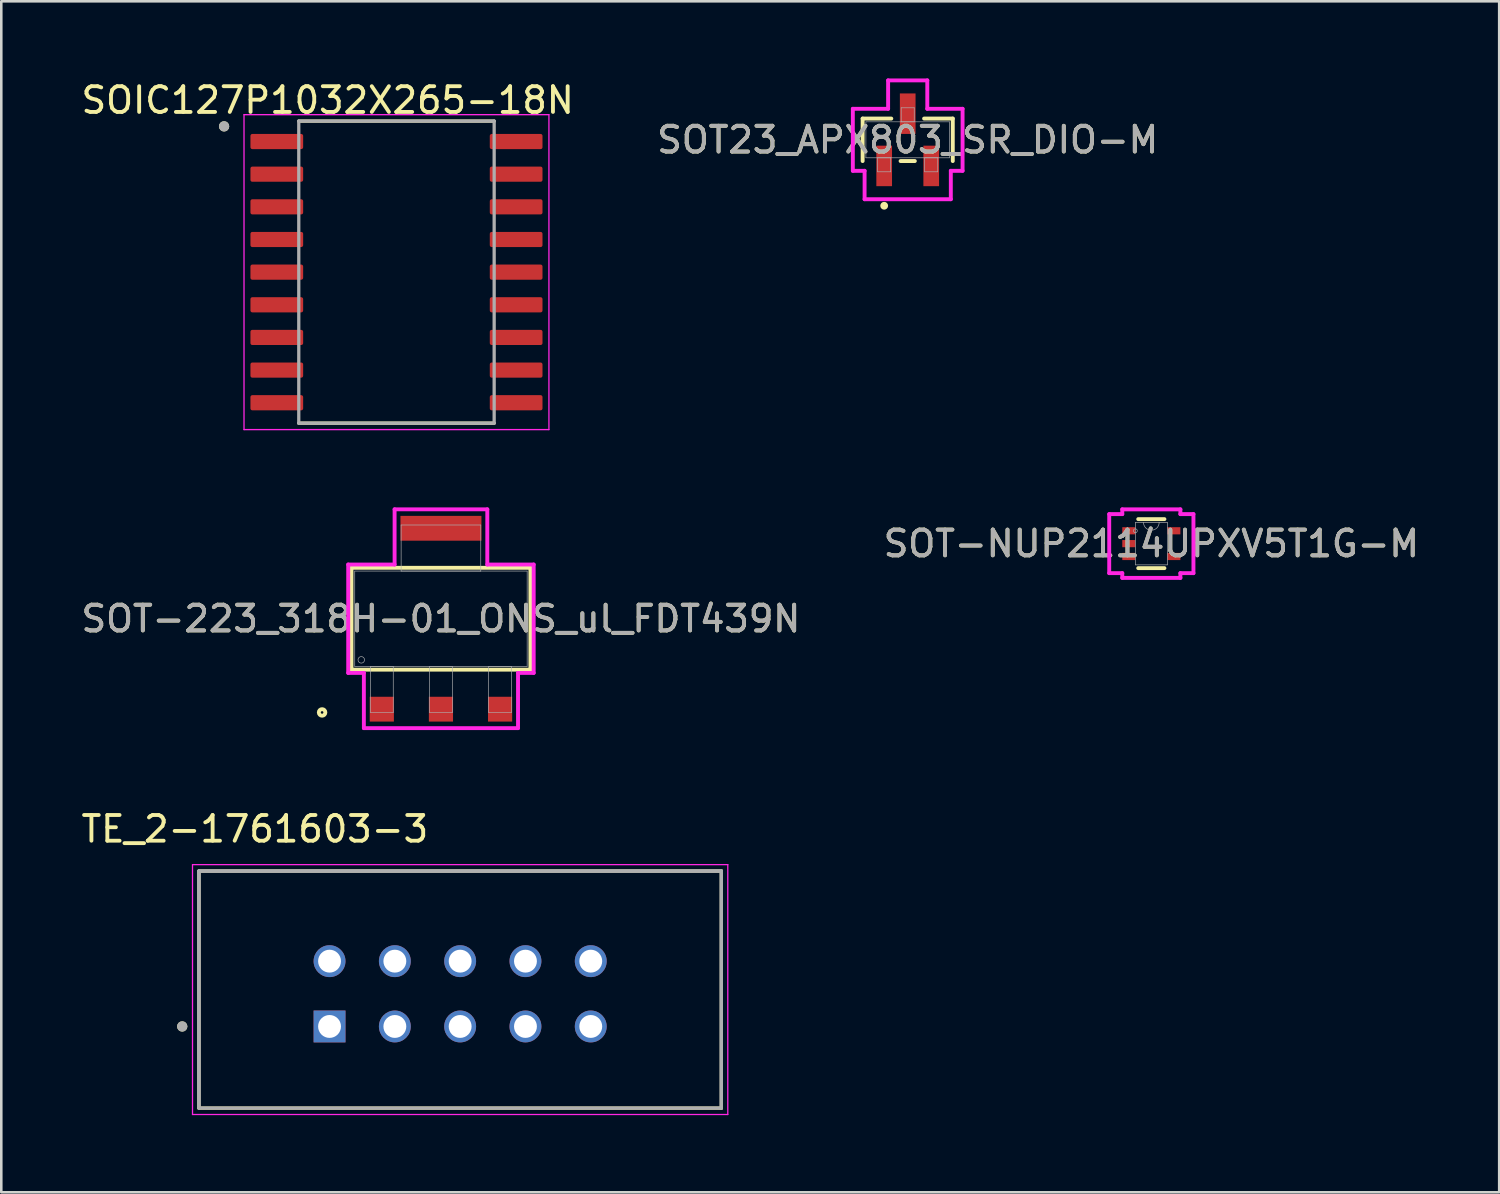
<source format=kicad_pcb>
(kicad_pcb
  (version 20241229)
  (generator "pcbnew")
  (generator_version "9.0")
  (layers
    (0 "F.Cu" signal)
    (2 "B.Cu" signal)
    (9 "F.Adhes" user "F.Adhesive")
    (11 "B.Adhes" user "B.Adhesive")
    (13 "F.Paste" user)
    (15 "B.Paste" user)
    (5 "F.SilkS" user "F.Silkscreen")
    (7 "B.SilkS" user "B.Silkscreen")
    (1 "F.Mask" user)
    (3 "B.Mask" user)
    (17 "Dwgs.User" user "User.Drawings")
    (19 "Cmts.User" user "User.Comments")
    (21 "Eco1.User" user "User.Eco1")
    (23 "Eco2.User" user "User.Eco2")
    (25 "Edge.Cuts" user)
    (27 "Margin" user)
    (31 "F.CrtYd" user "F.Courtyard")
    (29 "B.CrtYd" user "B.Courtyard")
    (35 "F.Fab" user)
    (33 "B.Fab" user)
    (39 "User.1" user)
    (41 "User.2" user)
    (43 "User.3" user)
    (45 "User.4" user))
  (footprint "SOIC127P1032X265-18N"
    (layer "F.Cu")
    (at 12.371 7.535)
    (property "Reference" "SOIC127P1032X265-18N" (at -2.675 -6.687 0) (layer "F.SilkS") (effects (font (size 1 1) (thickness 0.15))))
    (attr smd)
    (fp_line (start -3.8 -5.875) (end 3.8 -5.875) (stroke (width 0.127) (type solid)) (layer "F.SilkS"))
    (fp_line (start -3.8 5.875) (end 3.8 5.875) (stroke (width 0.127) (type solid)) (layer "F.SilkS"))
    (fp_circle (center -6.705 -5.67) (end -6.605 -5.67) (stroke (width 0.2) (type solid)) (fill no) (layer "F.SilkS"))
    (fp_line (start -5.93 -6.125) (end -5.93 6.125) (stroke (width 0.05) (type solid)) (layer "F.CrtYd"))
    (fp_line (start -5.93 -6.125) (end 5.93 -6.125) (stroke (width 0.05) (type solid)) (layer "F.CrtYd"))
    (fp_line (start -5.93 6.125) (end 5.93 6.125) (stroke (width 0.05) (type solid)) (layer "F.CrtYd"))
    (fp_line (start 5.93 -6.125) (end 5.93 6.125) (stroke (width 0.05) (type solid)) (layer "F.CrtYd"))
    (fp_line (start -3.8 -5.875) (end -3.8 5.875) (stroke (width 0.127) (type solid)) (layer "F.Fab"))
    (fp_line (start -3.8 -5.875) (end 3.8 -5.875) (stroke (width 0.127) (type solid)) (layer "F.Fab"))
    (fp_line (start -3.8 5.875) (end 3.8 5.875) (stroke (width 0.127) (type solid)) (layer "F.Fab"))
    (fp_line (start 3.8 -5.875) (end 3.8 5.875) (stroke (width 0.127) (type solid)) (layer "F.Fab"))
    (fp_circle (center -6.705 -5.67) (end -6.605 -5.67) (stroke (width 0.2) (type solid)) (fill no) (layer "F.Fab"))
    (pad "1" smd roundrect (at -4.655 -5.08) (size 2.05 0.59) (layers "F.Cu" "F.Mask" "F.Paste") (roundrect_rratio 0.125))
    (pad "2" smd roundrect (at -4.655 -3.81) (size 2.05 0.59) (layers "F.Cu" "F.Mask" "F.Paste") (roundrect_rratio 0.125))
    (pad "3" smd roundrect (at -4.655 -2.54) (size 2.05 0.59) (layers "F.Cu" "F.Mask" "F.Paste") (roundrect_rratio 0.125))
    (pad "4" smd roundrect (at -4.655 -1.27) (size 2.05 0.59) (layers "F.Cu" "F.Mask" "F.Paste") (roundrect_rratio 0.125))
    (pad "5" smd roundrect (at -4.655 0) (size 2.05 0.59) (layers "F.Cu" "F.Mask" "F.Paste") (roundrect_rratio 0.125))
    (pad "6" smd roundrect (at -4.655 1.27) (size 2.05 0.59) (layers "F.Cu" "F.Mask" "F.Paste") (roundrect_rratio 0.125))
    (pad "7" smd roundrect (at -4.655 2.54) (size 2.05 0.59) (layers "F.Cu" "F.Mask" "F.Paste") (roundrect_rratio 0.125))
    (pad "8" smd roundrect (at -4.655 3.81) (size 2.05 0.59) (layers "F.Cu" "F.Mask" "F.Paste") (roundrect_rratio 0.125))
    (pad "9" smd roundrect (at -4.655 5.08) (size 2.05 0.59) (layers "F.Cu" "F.Mask" "F.Paste") (roundrect_rratio 0.125))
    (pad "10" smd roundrect (at 4.655 5.08) (size 2.05 0.59) (layers "F.Cu" "F.Mask" "F.Paste") (roundrect_rratio 0.125))
    (pad "11" smd roundrect (at 4.655 3.81) (size 2.05 0.59) (layers "F.Cu" "F.Mask" "F.Paste") (roundrect_rratio 0.125))
    (pad "12" smd roundrect (at 4.655 2.54) (size 2.05 0.59) (layers "F.Cu" "F.Mask" "F.Paste") (roundrect_rratio 0.125))
    (pad "13" smd roundrect (at 4.655 1.27) (size 2.05 0.59) (layers "F.Cu" "F.Mask" "F.Paste") (roundrect_rratio 0.125))
    (pad "14" smd roundrect (at 4.655 0) (size 2.05 0.59) (layers "F.Cu" "F.Mask" "F.Paste") (roundrect_rratio 0.125))
    (pad "15" smd roundrect (at 4.655 -1.27) (size 2.05 0.59) (layers "F.Cu" "F.Mask" "F.Paste") (roundrect_rratio 0.125))
    (pad "16" smd roundrect (at 4.655 -2.54) (size 2.05 0.59) (layers "F.Cu" "F.Mask" "F.Paste") (roundrect_rratio 0.125))
    (pad "17" smd roundrect (at 4.655 -3.81) (size 2.05 0.59) (layers "F.Cu" "F.Mask" "F.Paste") (roundrect_rratio 0.125))
    (pad "18" smd roundrect (at 4.655 -5.08) (size 2.05 0.59) (layers "F.Cu" "F.Mask" "F.Paste") (roundrect_rratio 0.125)))
  (footprint "TE_2-1761603-3"
    (layer "F.Cu")
    (at 9.768 36.875)
    (property "Reference" "TE_2-1761603-3" (at -2.905 -7.68 0) (layer "F.SilkS") (effects (font (size 1 1) (thickness 0.15))))
    (attr through_hole)
    (fp_line (start -5.08 3.175) (end -5.08 -6.045) (stroke (width 0.127) (type solid)) (layer "F.SilkS"))
    (fp_line (start 15.24 -6.045) (end -5.08 -6.045) (stroke (width 0.127) (type solid)) (layer "F.SilkS"))
    (fp_line (start 15.24 -6.045) (end 15.24 3.175) (stroke (width 0.127) (type solid)) (layer "F.SilkS"))
    (fp_line (start 15.24 3.175) (end -5.08 3.175) (stroke (width 0.127) (type solid)) (layer "F.SilkS"))
    (fp_circle (center -5.73 0) (end -5.63 0) (stroke (width 0.2) (type solid)) (fill no) (layer "F.SilkS"))
    (fp_line (start -5.33 -6.295) (end 15.49 -6.295) (stroke (width 0.05) (type solid)) (layer "F.CrtYd"))
    (fp_line (start -5.33 3.425) (end -5.33 -6.295) (stroke (width 0.05) (type solid)) (layer "F.CrtYd"))
    (fp_line (start 15.49 -6.295) (end 15.49 3.425) (stroke (width 0.05) (type solid)) (layer "F.CrtYd"))
    (fp_line (start 15.49 3.425) (end -5.33 3.425) (stroke (width 0.05) (type solid)) (layer "F.CrtYd"))
    (fp_line (start -5.08 -6.045) (end 15.24 -6.045) (stroke (width 0.127) (type solid)) (layer "F.Fab"))
    (fp_line (start -5.08 -6.045) (end 15.24 -6.045) (stroke (width 0.127) (type solid)) (layer "F.Fab"))
    (fp_line (start -5.08 3.175) (end -5.08 -6.045) (stroke (width 0.127) (type solid)) (layer "F.Fab"))
    (fp_line (start -5.08 3.175) (end -5.08 -6.045) (stroke (width 0.127) (type solid)) (layer "F.Fab"))
    (fp_line (start 15.24 -6.045) (end 15.24 3.175) (stroke (width 0.127) (type solid)) (layer "F.Fab"))
    (fp_line (start 15.24 -6.045) (end 15.24 3.175) (stroke (width 0.127) (type solid)) (layer "F.Fab"))
    (fp_line (start 15.24 3.175) (end -5.08 3.175) (stroke (width 0.127) (type solid)) (layer "F.Fab"))
    (fp_circle (center -5.73 0) (end -5.63 0) (stroke (width 0.2) (type solid)) (fill no) (layer "F.Fab"))
    (pad "1" thru_hole rect (at 0 0) (size 1.24 1.24) (drill 0.89) (layers "*.Cu" "*.Mask"))
    (pad "2" thru_hole circle (at 0 -2.54) (size 1.24 1.24) (drill 0.89) (layers "*.Cu" "*.Mask"))
    (pad "3" thru_hole circle (at 2.54 0) (size 1.24 1.24) (drill 0.89) (layers "*.Cu" "*.Mask"))
    (pad "4" thru_hole circle (at 2.54 -2.54) (size 1.24 1.24) (drill 0.89) (layers "*.Cu" "*.Mask"))
    (pad "5" thru_hole circle (at 5.08 0) (size 1.24 1.24) (drill 0.89) (layers "*.Cu" "*.Mask"))
    (pad "6" thru_hole circle (at 5.08 -2.54) (size 1.24 1.24) (drill 0.89) (layers "*.Cu" "*.Mask"))
    (pad "7" thru_hole circle (at 7.62 0) (size 1.24 1.24) (drill 0.89) (layers "*.Cu" "*.Mask"))
    (pad "8" thru_hole circle (at 7.62 -2.54) (size 1.24 1.24) (drill 0.89) (layers "*.Cu" "*.Mask"))
    (pad "9" thru_hole circle (at 10.16 0) (size 1.24 1.24) (drill 0.89) (layers "*.Cu" "*.Mask"))
    (pad "10" thru_hole circle (at 10.16 -2.54) (size 1.24 1.24) (drill 0.89) (layers "*.Cu" "*.Mask")))
  (footprint "SOT-NUP2114UPXV5T1G-M"
    (layer "F.Cu")
    (at 41.732 18.095)
    (property "Reference" "SOT-NUP2114UPXV5T1G-M" (at 0 0 0) (unlocked yes) (layer "F.SilkS") (effects (font (size 1 1) (thickness 0.15))))
    (attr smd)
    (fp_line (start -0.509 0.953) (end 0.509 0.953) (stroke (width 0.152) (type solid)) (layer "F.SilkS"))
    (fp_line (start 0.509 -0.953) (end -0.509 -0.953) (stroke (width 0.152) (type solid)) (layer "F.SilkS"))
    (fp_line (start -1.638 -1.148) (end -1.13 -1.148) (stroke (width 0.152) (type solid)) (layer "F.CrtYd"))
    (fp_line (start -1.638 1.148) (end -1.638 -1.148) (stroke (width 0.152) (type solid)) (layer "F.CrtYd"))
    (fp_line (start -1.13 -1.333) (end 1.13 -1.333) (stroke (width 0.152) (type solid)) (layer "F.CrtYd"))
    (fp_line (start -1.13 -1.148) (end -1.13 -1.333) (stroke (width 0.152) (type solid)) (layer "F.CrtYd"))
    (fp_line (start -1.13 1.148) (end -1.638 1.148) (stroke (width 0.152) (type solid)) (layer "F.CrtYd"))
    (fp_line (start -1.13 1.333) (end -1.13 1.148) (stroke (width 0.152) (type solid)) (layer "F.CrtYd"))
    (fp_line (start 1.13 -1.333) (end 1.13 -1.148) (stroke (width 0.152) (type solid)) (layer "F.CrtYd"))
    (fp_line (start 1.13 -1.148) (end 1.638 -1.148) (stroke (width 0.152) (type solid)) (layer "F.CrtYd"))
    (fp_line (start 1.13 1.148) (end 1.13 1.333) (stroke (width 0.152) (type solid)) (layer "F.CrtYd"))
    (fp_line (start 1.13 1.333) (end -1.13 1.333) (stroke (width 0.152) (type solid)) (layer "F.CrtYd"))
    (fp_line (start 1.638 -1.148) (end 1.638 1.148) (stroke (width 0.152) (type solid)) (layer "F.CrtYd"))
    (fp_line (start 1.638 1.148) (end 1.13 1.148) (stroke (width 0.152) (type solid)) (layer "F.CrtYd"))
    (fp_line (start -0.622 -0.826) (end -0.622 0.826) (stroke (width 0.025) (type solid)) (layer "F.Fab"))
    (fp_line (start -0.622 0.826) (end 0.622 0.826) (stroke (width 0.025) (type solid)) (layer "F.Fab"))
    (fp_line (start 0.622 -0.826) (end -0.622 -0.826) (stroke (width 0.025) (type solid)) (layer "F.Fab"))
    (fp_line (start 0.622 0.826) (end 0.622 -0.826) (stroke (width 0.025) (type solid)) (layer "F.Fab"))
    (fp_arc (start 0.3048 -0.8255) (mid 0 -0.5207) (end -0.3048 -0.8255) (stroke (width 0.0254) (type solid)) (layer "F.Fab"))
    (fp_circle (center -0.622 -0.5) (end -0.546 -0.5) (stroke (width 0.025) (type solid)) (fill no) (layer "F.Fab"))
    (fp_text user "${REFERENCE}" (at 0 0 0) (unlocked yes) (layer "F.Fab") (effects (font (size 1 1) (thickness 0.15))))
    (pad "1" smd rect (at -0.876 -0.5) (size 0.508 0.279) (layers "F.Cu" "F.Mask" "F.Paste"))
    (pad "2" smd rect (at -0.876 0) (size 0.508 0.279) (layers "F.Cu" "F.Mask" "F.Paste"))
    (pad "3" smd rect (at -0.876 0.5) (size 0.508 0.279) (layers "F.Cu" "F.Mask" "F.Paste"))
    (pad "4" smd rect (at 0.876 0.5) (size 0.508 0.279) (layers "F.Cu" "F.Mask" "F.Paste"))
    (pad "5" smd rect (at 0.876 -0.5) (size 0.508 0.279) (layers "F.Cu" "F.Mask" "F.Paste")))
  (footprint "SOT-223_318H-01_ONS_ul_FDT439N"
    (layer "F.Cu")
    (at 14.101 21.016)
    (property "Reference" "SOT-223_318H-01_ONS_ul_FDT439N" (at 0 0 0) (unlocked yes) (layer "F.SilkS") (effects (font (size 1 1) (thickness 0.15))))
    (attr smd)
    (fp_line (start -3.48 -1.981) (end -3.48 1.981) (stroke (width 0.152) (type solid)) (layer "F.SilkS"))
    (fp_line (start -3.48 1.981) (end 3.48 1.981) (stroke (width 0.152) (type solid)) (layer "F.SilkS"))
    (fp_line (start 3.48 -1.981) (end -3.48 -1.981) (stroke (width 0.152) (type solid)) (layer "F.SilkS"))
    (fp_line (start 3.48 1.981) (end 3.48 -1.981) (stroke (width 0.152) (type solid)) (layer "F.SilkS"))
    (fp_circle (center -4.623 3.645) (end -4.496 3.645) (stroke (width 0.152) (type solid)) (fill no) (layer "F.SilkS"))
    (fp_line (start -3.607 -2.108) (end -1.803 -2.108) (stroke (width 0.152) (type solid)) (layer "F.CrtYd"))
    (fp_line (start -3.607 2.108) (end -3.607 -2.108) (stroke (width 0.152) (type solid)) (layer "F.CrtYd"))
    (fp_line (start -2.998 2.108) (end -3.607 2.108) (stroke (width 0.152) (type solid)) (layer "F.CrtYd"))
    (fp_line (start -2.998 4.255) (end -2.998 2.108) (stroke (width 0.152) (type solid)) (layer "F.CrtYd"))
    (fp_line (start -1.803 -4.255) (end 1.803 -4.255) (stroke (width 0.152) (type solid)) (layer "F.CrtYd"))
    (fp_line (start -1.803 -2.108) (end -1.803 -4.255) (stroke (width 0.152) (type solid)) (layer "F.CrtYd"))
    (fp_line (start 1.803 -4.255) (end 1.803 -2.108) (stroke (width 0.152) (type solid)) (layer "F.CrtYd"))
    (fp_line (start 1.803 -2.108) (end 3.607 -2.108) (stroke (width 0.152) (type solid)) (layer "F.CrtYd"))
    (fp_line (start 2.998 2.108) (end 2.998 4.255) (stroke (width 0.152) (type solid)) (layer "F.CrtYd"))
    (fp_line (start 2.998 4.255) (end -2.998 4.255) (stroke (width 0.152) (type solid)) (layer "F.CrtYd"))
    (fp_line (start 3.607 -2.108) (end 3.607 2.108) (stroke (width 0.152) (type solid)) (layer "F.CrtYd"))
    (fp_line (start 3.607 2.108) (end 2.998 2.108) (stroke (width 0.152) (type solid)) (layer "F.CrtYd"))
    (fp_line (start -3.353 -1.854) (end -3.353 1.854) (stroke (width 0.025) (type solid)) (layer "F.Fab"))
    (fp_line (start -3.353 1.854) (end 3.353 1.854) (stroke (width 0.025) (type solid)) (layer "F.Fab"))
    (fp_line (start -2.744 1.854) (end -2.744 3.645) (stroke (width 0.025) (type solid)) (layer "F.Fab"))
    (fp_line (start -2.744 3.645) (end -1.855 3.645) (stroke (width 0.025) (type solid)) (layer "F.Fab"))
    (fp_line (start -1.855 1.854) (end -2.744 1.854) (stroke (width 0.025) (type solid)) (layer "F.Fab"))
    (fp_line (start -1.855 3.645) (end -1.855 1.854) (stroke (width 0.025) (type solid)) (layer "F.Fab"))
    (fp_line (start -1.549 -3.645) (end -1.549 -1.854) (stroke (width 0.025) (type solid)) (layer "F.Fab"))
    (fp_line (start -1.549 -1.854) (end 1.549 -1.854) (stroke (width 0.025) (type solid)) (layer "F.Fab"))
    (fp_line (start -0.445 1.854) (end -0.445 3.645) (stroke (width 0.025) (type solid)) (layer "F.Fab"))
    (fp_line (start -0.445 3.645) (end 0.445 3.645) (stroke (width 0.025) (type solid)) (layer "F.Fab"))
    (fp_line (start 0.445 1.854) (end -0.445 1.854) (stroke (width 0.025) (type solid)) (layer "F.Fab"))
    (fp_line (start 0.445 3.645) (end 0.445 1.854) (stroke (width 0.025) (type solid)) (layer "F.Fab"))
    (fp_line (start 1.549 -3.645) (end -1.549 -3.645) (stroke (width 0.025) (type solid)) (layer "F.Fab"))
    (fp_line (start 1.549 -1.854) (end 1.549 -3.645) (stroke (width 0.025) (type solid)) (layer "F.Fab"))
    (fp_line (start 1.855 1.854) (end 1.855 3.645) (stroke (width 0.025) (type solid)) (layer "F.Fab"))
    (fp_line (start 1.855 3.645) (end 2.744 3.645) (stroke (width 0.025) (type solid)) (layer "F.Fab"))
    (fp_line (start 2.744 1.854) (end 1.855 1.854) (stroke (width 0.025) (type solid)) (layer "F.Fab"))
    (fp_line (start 2.744 3.645) (end 2.744 1.854) (stroke (width 0.025) (type solid)) (layer "F.Fab"))
    (fp_line (start 3.353 -1.854) (end -3.353 -1.854) (stroke (width 0.025) (type solid)) (layer "F.Fab"))
    (fp_line (start 3.353 1.854) (end 3.353 -1.854) (stroke (width 0.025) (type solid)) (layer "F.Fab"))
    (fp_circle (center -3.099 1.6) (end -2.972 1.6) (stroke (width 0.025) (type solid)) (fill no) (layer "F.Fab"))
    (fp_text user "${REFERENCE}" (at 0 0 0) (unlocked yes) (layer "F.Fab") (effects (font (size 1 1) (thickness 0.15))))
    (pad "1" smd rect (at -2.3 3.518) (size 0.94 0.965) (layers "F.Cu" "F.Mask" "F.Paste"))
    (pad "2" smd rect (at 0 3.518) (size 0.94 0.965) (layers "F.Cu" "F.Mask" "F.Paste"))
    (pad "3" smd rect (at 2.3 3.518) (size 0.94 0.965) (layers "F.Cu" "F.Mask" "F.Paste"))
    (pad "4" smd rect (at 0 -3.518) (size 3.15 0.965) (layers "F.Cu" "F.Mask" "F.Paste")))
  (footprint "SOT23_APX803_SR_DIO-M"
    (layer "F.Cu")
    (at 32.256 2.388)
    (property "Reference" "SOT23_APX803_SR_DIO-M" (at 0 0 0) (unlocked yes) (layer "F.SilkS") (effects (font (size 1 1) (thickness 0.15))))
    (attr smd)
    (fp_line (start -1.753 -0.826) (end -1.753 0.826) (stroke (width 0.152) (type solid)) (layer "F.SilkS"))
    (fp_line (start -0.638 -0.826) (end -1.753 -0.826) (stroke (width 0.152) (type solid)) (layer "F.SilkS"))
    (fp_line (start -0.277 0.826) (end 0.277 0.826) (stroke (width 0.152) (type solid)) (layer "F.SilkS"))
    (fp_line (start 1.753 -0.826) (end 0.638 -0.826) (stroke (width 0.152) (type solid)) (layer "F.SilkS"))
    (fp_line (start 1.753 0.826) (end 1.753 -0.826) (stroke (width 0.152) (type solid)) (layer "F.SilkS"))
    (fp_circle (center -0.915 2.565) (end -0.839 2.565) (stroke (width 0.152) (type solid)) (fill no) (layer "F.SilkS"))
    (fp_line (start -2.134 -1.206) (end -0.762 -1.206) (stroke (width 0.152) (type solid)) (layer "F.CrtYd"))
    (fp_line (start -2.134 1.206) (end -2.134 -1.206) (stroke (width 0.152) (type solid)) (layer "F.CrtYd"))
    (fp_line (start -2.134 1.206) (end -1.677 1.206) (stroke (width 0.152) (type solid)) (layer "F.CrtYd"))
    (fp_line (start -1.677 1.206) (end -1.677 2.311) (stroke (width 0.152) (type solid)) (layer "F.CrtYd"))
    (fp_line (start -1.677 2.311) (end 1.677 2.311) (stroke (width 0.152) (type solid)) (layer "F.CrtYd"))
    (fp_line (start -0.762 -2.311) (end 0.762 -2.311) (stroke (width 0.152) (type solid)) (layer "F.CrtYd"))
    (fp_line (start -0.762 -1.206) (end -0.762 -2.311) (stroke (width 0.152) (type solid)) (layer "F.CrtYd"))
    (fp_line (start 0.762 -1.206) (end 0.762 -2.311) (stroke (width 0.152) (type solid)) (layer "F.CrtYd"))
    (fp_line (start 1.677 1.206) (end 1.677 2.311) (stroke (width 0.152) (type solid)) (layer "F.CrtYd"))
    (fp_line (start 2.134 -1.206) (end 0.762 -1.206) (stroke (width 0.152) (type solid)) (layer "F.CrtYd"))
    (fp_line (start 2.134 -1.206) (end 2.134 1.206) (stroke (width 0.152) (type solid)) (layer "F.CrtYd"))
    (fp_line (start 2.134 1.206) (end 1.677 1.206) (stroke (width 0.152) (type solid)) (layer "F.CrtYd"))
    (fp_line (start -1.626 -0.699) (end -1.626 0.699) (stroke (width 0.025) (type solid)) (layer "F.Fab"))
    (fp_line (start -1.626 0.699) (end 1.626 0.699) (stroke (width 0.025) (type solid)) (layer "F.Fab"))
    (fp_line (start -1.169 0.699) (end -1.169 1.245) (stroke (width 0.025) (type solid)) (layer "F.Fab"))
    (fp_line (start -1.169 1.245) (end -0.661 1.245) (stroke (width 0.025) (type solid)) (layer "F.Fab"))
    (fp_line (start -0.661 0.699) (end -1.169 0.699) (stroke (width 0.025) (type solid)) (layer "F.Fab"))
    (fp_line (start -0.661 1.245) (end -0.661 0.699) (stroke (width 0.025) (type solid)) (layer "F.Fab"))
    (fp_line (start -0.254 -1.245) (end -0.254 -0.699) (stroke (width 0.025) (type solid)) (layer "F.Fab"))
    (fp_line (start -0.254 -0.699) (end 0.254 -0.699) (stroke (width 0.025) (type solid)) (layer "F.Fab"))
    (fp_line (start 0.254 -1.245) (end -0.254 -1.245) (stroke (width 0.025) (type solid)) (layer "F.Fab"))
    (fp_line (start 0.254 -0.699) (end 0.254 -1.245) (stroke (width 0.025) (type solid)) (layer "F.Fab"))
    (fp_line (start 0.661 0.699) (end 0.661 1.245) (stroke (width 0.025) (type solid)) (layer "F.Fab"))
    (fp_line (start 0.661 1.245) (end 1.169 1.245) (stroke (width 0.025) (type solid)) (layer "F.Fab"))
    (fp_line (start 1.169 0.699) (end 0.661 0.699) (stroke (width 0.025) (type solid)) (layer "F.Fab"))
    (fp_line (start 1.169 1.245) (end 1.169 0.699) (stroke (width 0.025) (type solid)) (layer "F.Fab"))
    (fp_line (start 1.626 -0.699) (end -1.626 -0.699) (stroke (width 0.025) (type solid)) (layer "F.Fab"))
    (fp_line (start 1.626 0.699) (end 1.626 -0.699) (stroke (width 0.025) (type solid)) (layer "F.Fab"))
    (fp_circle (center -0.915 0.445) (end -0.839 0.445) (stroke (width 0.025) (type solid)) (fill no) (layer "F.Fab"))
    (fp_text user "${REFERENCE}" (at 0 0 0) (unlocked yes) (layer "F.Fab") (effects (font (size 1 1) (thickness 0.15))))
    (pad "1" smd rect (at -0.915 1.016) (size 0.61 1.575) (layers "F.Cu" "F.Mask" "F.Paste"))
    (pad "2" smd rect (at 0.915 1.016) (size 0.61 1.575) (layers "F.Cu" "F.Mask" "F.Paste"))
    (pad "3" smd rect (at 0 -1.016) (size 0.61 1.575) (layers "F.Cu" "F.Mask" "F.Paste")))
  (gr_rect
    (start -3 -3)
    (end 55.262 43.325)
    (stroke (width 0.1) (type default))
    (fill no)
    (layer "Edge.Cuts")))
</source>
